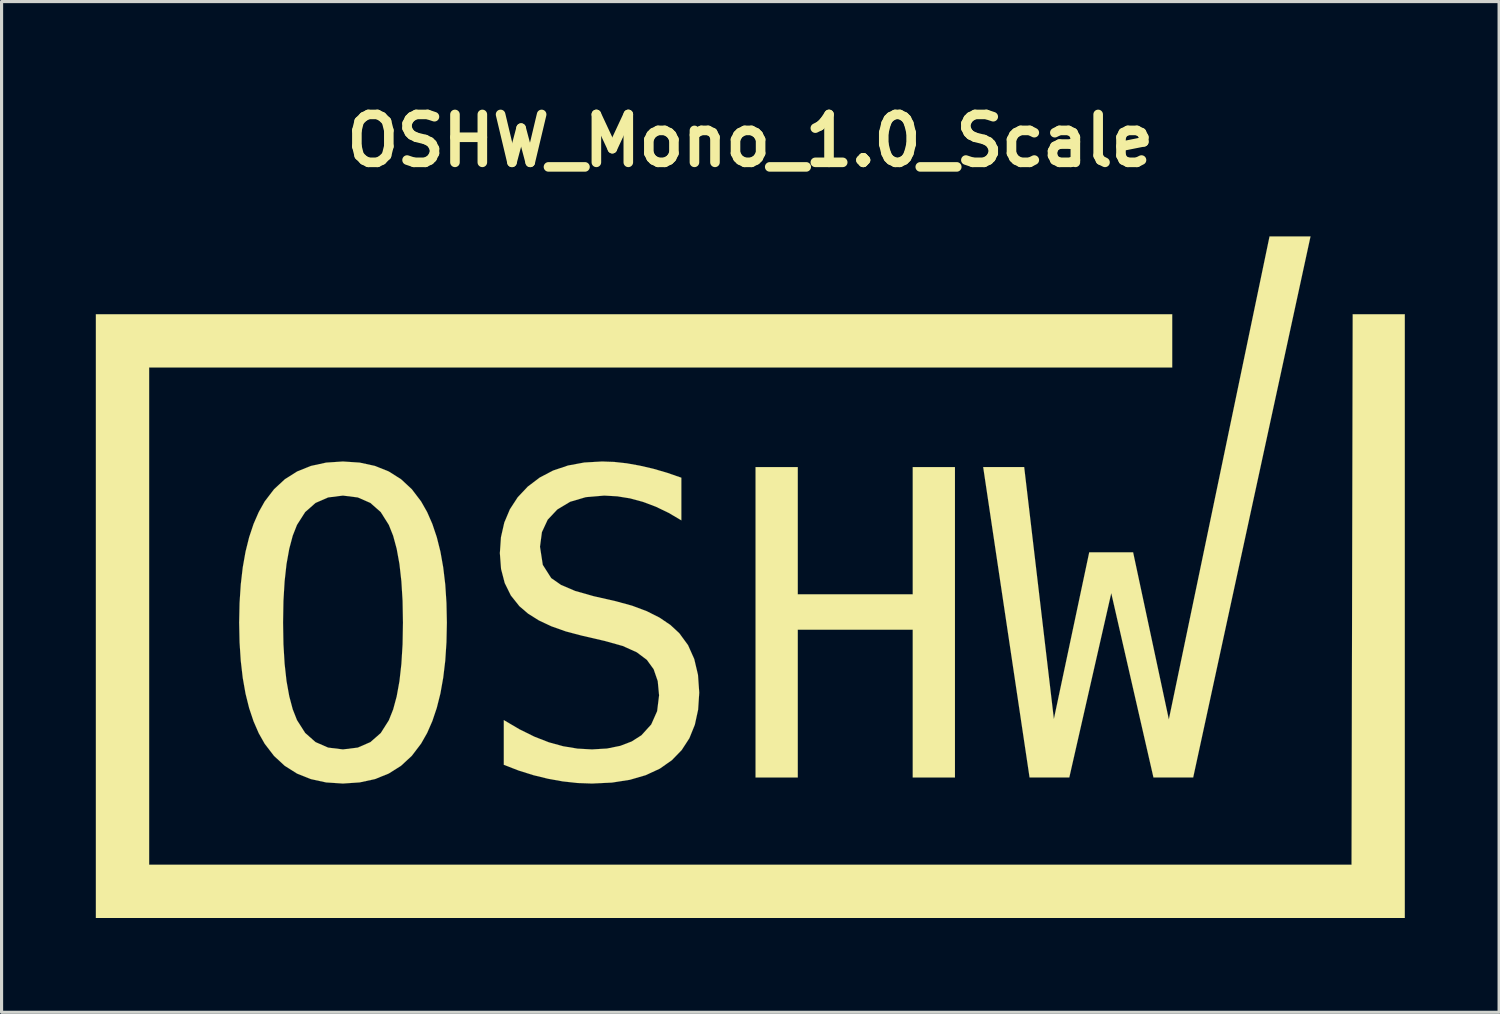
<source format=kicad_pcb>
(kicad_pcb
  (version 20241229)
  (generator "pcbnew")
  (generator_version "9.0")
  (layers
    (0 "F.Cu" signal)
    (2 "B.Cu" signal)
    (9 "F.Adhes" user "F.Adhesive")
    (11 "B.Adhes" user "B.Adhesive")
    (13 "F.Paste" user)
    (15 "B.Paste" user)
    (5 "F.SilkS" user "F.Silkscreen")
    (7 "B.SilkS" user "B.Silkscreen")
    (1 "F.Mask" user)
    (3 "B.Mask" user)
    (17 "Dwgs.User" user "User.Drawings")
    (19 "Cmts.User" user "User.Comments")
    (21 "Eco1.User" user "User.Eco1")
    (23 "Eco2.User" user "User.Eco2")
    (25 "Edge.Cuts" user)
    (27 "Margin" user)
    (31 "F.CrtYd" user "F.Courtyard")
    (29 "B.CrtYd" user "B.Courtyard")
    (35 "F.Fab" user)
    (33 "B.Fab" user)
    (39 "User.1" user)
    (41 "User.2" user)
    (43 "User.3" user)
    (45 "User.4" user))
  (footprint "OSHW_Mono_1.0_Scale"
    (layer "F.Cu")
    (at 20.824 15.316)
    (property "Reference" "OSHW_Mono_1.0_Scale" (at 0 -13.89 0) (layer "F.SilkS") (effects (font (size 1.524 1.524) (thickness 0.305))))
    (attr through_hole)
    (fp_poly (pts (xy 0.166 -3.504) (xy 1.509 -3.504) (xy 1.509 0.544) (xy 5.167 0.544) (xy 5.167 -3.504) (xy 6.51 -3.504) (xy 6.51 6.372) (xy 5.167 6.372) (xy 5.167 1.669) (xy 1.509 1.669) (xy 1.509 6.372) (xy 0.166 6.372) (xy 0.166 -3.504)) (stroke (width 0.003) (type solid)) (fill yes) (layer "F.SilkS"))
    (fp_poly (pts (xy 7.409 -3.504) (xy 8.713 -3.504) (xy 9.658 4.513) (xy 10.783 -0.792) (xy 12.179 -0.792) (xy 13.316 4.526) (xy 16.52 -10.842) (xy 17.823 -10.842) (xy 14.09 6.372) (xy 12.827 6.372) (xy 11.484 0.505) (xy 10.148 6.372) (xy 8.885 6.372) (xy 7.409 -3.504)) (stroke (width 0.003) (type solid)) (fill yes) (layer "F.SilkS"))
    (fp_poly (pts (xy -20.823 -8.367) (xy -20.823 -7.521) (xy -20.823 9.995) (xy -20.823 10.842) (xy -19.976 10.842) (xy 19.976 10.842) (xy 20.823 10.842) (xy 20.823 9.995) (xy 20.823 -8.367) (xy 19.166 -8.367) (xy 19.129 9.148) (xy -19.129 9.148) (xy -19.129 -6.674) (xy 13.423 -6.674) (xy 13.423 -8.367) (xy -19.976 -8.367) (xy -20.823 -8.367)) (stroke (width 0.003) (type solid)) (fill yes) (layer "F.SilkS"))
    (fp_poly (pts (xy -2.195 -3.166) (xy -2.195 -1.81) (xy -2.601 -2.049) (xy -3.009 -2.245) (xy -3.419 -2.399) (xy -3.826 -2.509) (xy -4.236 -2.575) (xy -4.649 -2.598) (xy -5.235 -2.548) (xy -5.734 -2.401) (xy -6.144 -2.154) (xy -6.449 -1.829) (xy -6.632 -1.434) (xy -6.693 -0.97) (xy -6.604 -0.393) (xy -6.336 0.028) (xy -6.024 0.245) (xy -5.574 0.437) (xy -4.986 0.604) (xy -4.285 0.763) (xy -3.76 0.907) (xy -3.295 1.081) (xy -2.89 1.285) (xy -2.545 1.518) (xy -2.261 1.781) (xy -1.983 2.16) (xy -1.785 2.602) (xy -1.666 3.106) (xy -1.626 3.673) (xy -1.661 4.21) (xy -1.766 4.693) (xy -1.94 5.123) (xy -2.185 5.5) (xy -2.499 5.823) (xy -2.88 6.09) (xy -3.325 6.297) (xy -3.833 6.445) (xy -4.404 6.534) (xy -5.039 6.564) (xy -5.503 6.547) (xy -5.968 6.496) (xy -6.435 6.412) (xy -6.903 6.298) (xy -7.373 6.15) (xy -7.844 5.968) (xy -7.844 4.546) (xy -7.346 4.839) (xy -6.868 5.075) (xy -6.408 5.254) (xy -5.953 5.379) (xy -5.497 5.454) (xy -5.039 5.479) (xy -4.561 5.451) (xy -4.14 5.366) (xy -3.774 5.226) (xy -3.465 5.029) (xy -3.153 4.685) (xy -2.965 4.262) (xy -2.903 3.759) (xy -2.946 3.304) (xy -3.076 2.927) (xy -3.293 2.628) (xy -3.613 2.388) (xy -4.06 2.187) (xy -4.636 2.026) (xy -5.35 1.861) (xy -5.87 1.724) (xy -6.33 1.561) (xy -6.73 1.373) (xy -7.069 1.16) (xy -7.348 0.921) (xy -7.62 0.58) (xy -7.814 0.186) (xy -7.931 -0.263) (xy -7.969 -0.765) (xy -7.934 -1.273) (xy -7.828 -1.739) (xy -7.65 -2.162) (xy -7.402 -2.543) (xy -7.083 -2.882) (xy -6.703 -3.17) (xy -6.276 -3.394) (xy -5.802 -3.554) (xy -5.282 -3.65) (xy -4.715 -3.682) (xy -4.329 -3.668) (xy -3.93 -3.624) (xy -3.518 -3.55) (xy -3.092 -3.452) (xy -2.651 -3.324) (xy -2.195 -3.166)) (stroke (width 0.003) (type solid)) (fill yes) (layer "F.SilkS"))
    (fp_poly (pts (xy -11.052 1.444) (xy -9.656 1.444) (xy -9.669 2.068) (xy -9.707 2.652) (xy -9.772 3.195) (xy -9.861 3.696) (xy -9.977 4.157) (xy -10.118 4.577) (xy -10.284 4.956) (xy -10.476 5.294) (xy -10.771 5.682) (xy -11.114 5.999) (xy -11.505 6.246) (xy -11.943 6.423) (xy -12.43 6.528) (xy -12.963 6.564) (xy -13.497 6.529) (xy -13.984 6.423) (xy -14.422 6.248) (xy -14.813 6.002) (xy -15.155 5.686) (xy -15.451 5.3) (xy -15.641 4.964) (xy -15.806 4.585) (xy -15.946 4.166) (xy -16.061 3.705) (xy -16.15 3.202) (xy -16.213 2.657) (xy -16.251 2.071) (xy -16.264 1.444) (xy -16.251 0.818) (xy -16.213 0.233) (xy -16.15 -0.311) (xy -16.061 -0.813) (xy -15.946 -1.275) (xy -15.806 -1.695) (xy -15.641 -2.074) (xy -15.451 -2.412) (xy -15.154 -2.8) (xy -14.81 -3.118) (xy -14.419 -3.365) (xy -13.981 -3.541) (xy -13.496 -3.647) (xy -12.963 -3.682) (xy -12.43 -3.647) (xy -11.943 -3.541) (xy -11.505 -3.365) (xy -11.114 -3.118) (xy -10.771 -2.8) (xy -10.476 -2.412) (xy -10.284 -2.074) (xy -10.118 -1.695) (xy -9.977 -1.275) (xy -9.861 -0.813) (xy -9.772 -0.311) (xy -9.707 0.233) (xy -9.669 0.818) (xy -9.656 1.444) (xy -11.052 1.444) (xy -11.064 0.753) (xy -11.102 0.131) (xy -11.164 -0.421) (xy -11.252 -0.905) (xy -11.364 -1.319) (xy -11.502 -1.665) (xy -11.759 -2.073) (xy -12.089 -2.364) (xy -12.49 -2.539) (xy -12.963 -2.598) (xy -13.434 -2.539) (xy -13.835 -2.364) (xy -14.165 -2.073) (xy -14.425 -1.665) (xy -14.561 -1.319) (xy -14.671 -0.905) (xy -14.758 -0.421) (xy -14.819 0.131) (xy -14.856 0.753) (xy -14.868 1.444) (xy -14.856 2.133) (xy -14.819 2.753) (xy -14.758 3.304) (xy -14.671 3.787) (xy -14.561 4.201) (xy -14.425 4.546) (xy -14.165 4.954) (xy -13.835 5.246) (xy -13.434 5.421) (xy -12.963 5.479) (xy -12.49 5.421) (xy -12.089 5.247) (xy -11.759 4.958) (xy -11.502 4.553) (xy -11.364 4.207) (xy -11.252 3.793) (xy -11.164 3.309) (xy -11.102 2.757) (xy -11.064 2.135) (xy -11.052 1.444)) (stroke (width 0.003) (type solid)) (fill yes) (layer "F.SilkS")))
  (gr_rect
    (start -3 -3)
    (end 44.648 29.159)
    (stroke (width 0.1) (type default))
    (fill no)
    (layer "Edge.Cuts")))
</source>
